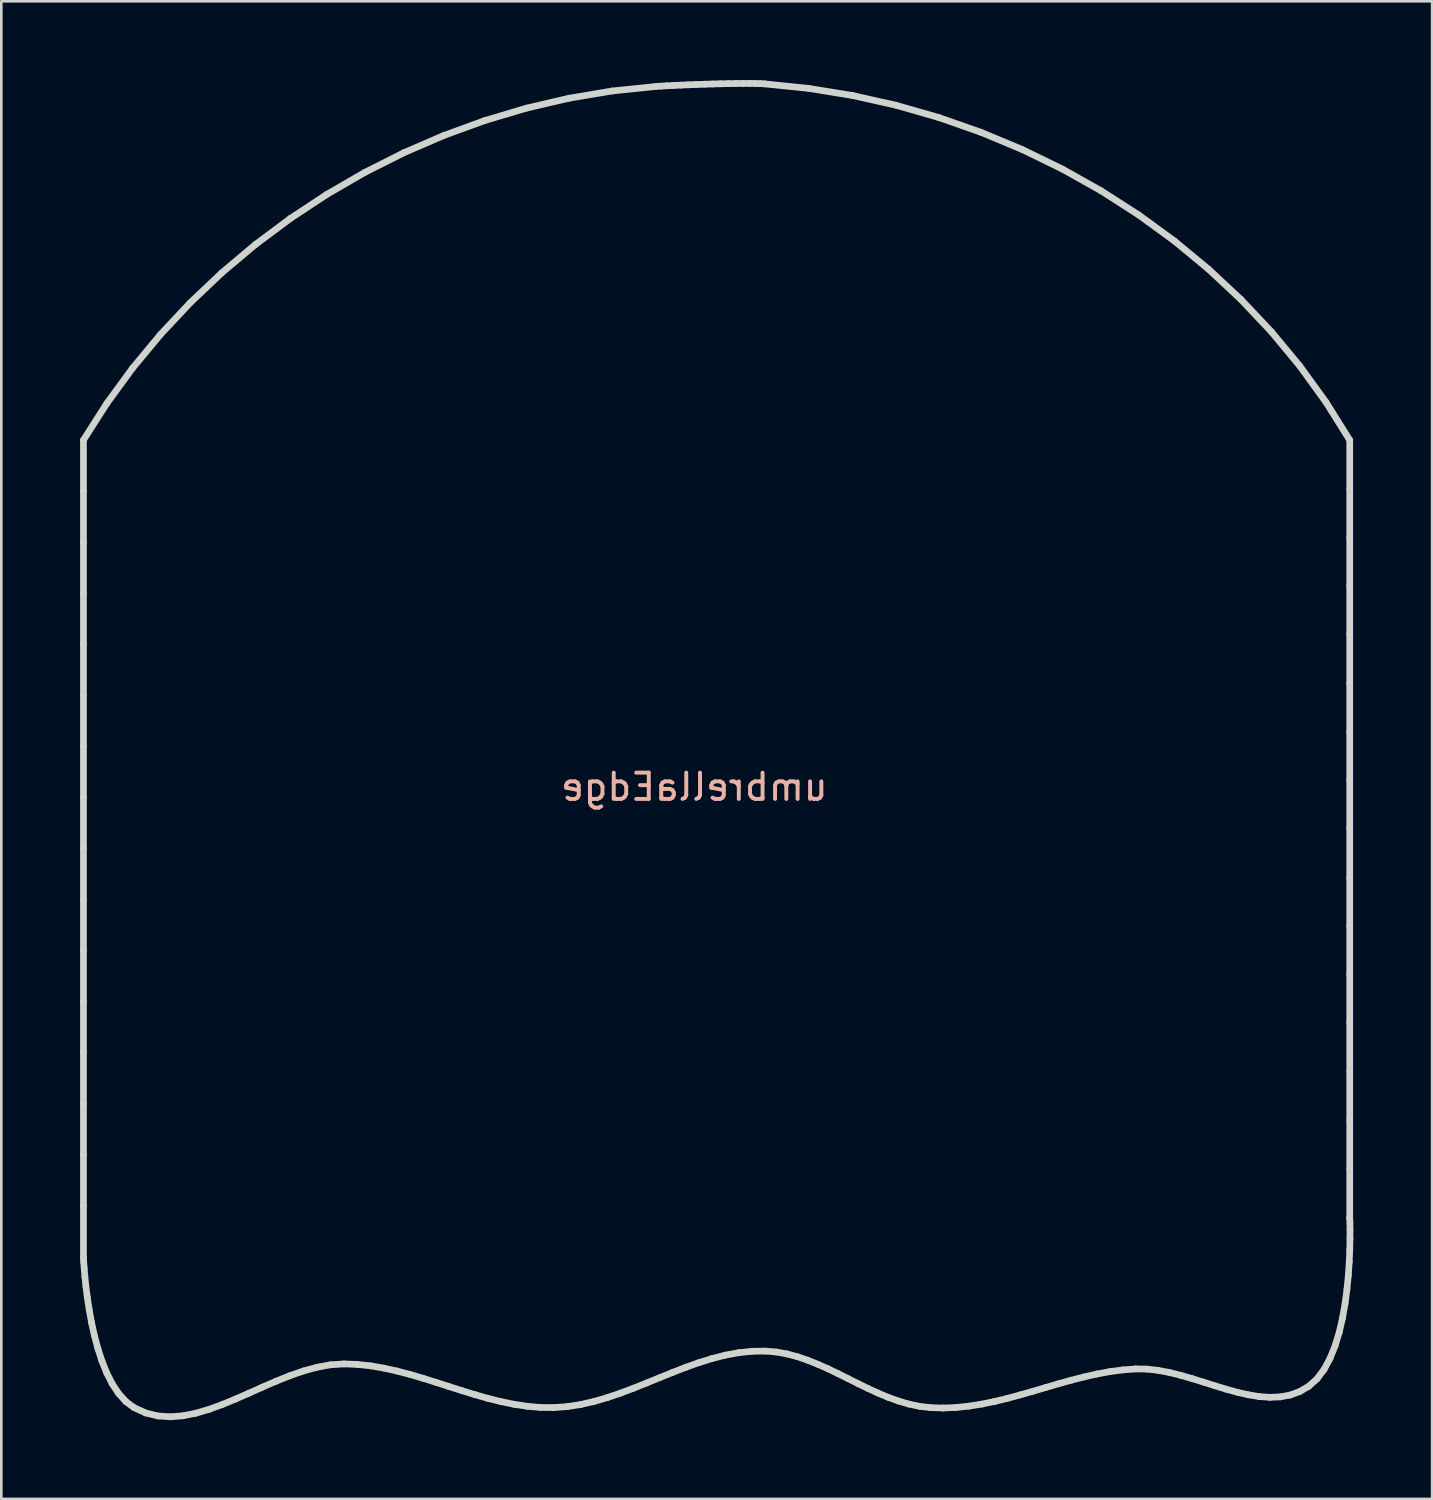
<source format=kicad_pcb>
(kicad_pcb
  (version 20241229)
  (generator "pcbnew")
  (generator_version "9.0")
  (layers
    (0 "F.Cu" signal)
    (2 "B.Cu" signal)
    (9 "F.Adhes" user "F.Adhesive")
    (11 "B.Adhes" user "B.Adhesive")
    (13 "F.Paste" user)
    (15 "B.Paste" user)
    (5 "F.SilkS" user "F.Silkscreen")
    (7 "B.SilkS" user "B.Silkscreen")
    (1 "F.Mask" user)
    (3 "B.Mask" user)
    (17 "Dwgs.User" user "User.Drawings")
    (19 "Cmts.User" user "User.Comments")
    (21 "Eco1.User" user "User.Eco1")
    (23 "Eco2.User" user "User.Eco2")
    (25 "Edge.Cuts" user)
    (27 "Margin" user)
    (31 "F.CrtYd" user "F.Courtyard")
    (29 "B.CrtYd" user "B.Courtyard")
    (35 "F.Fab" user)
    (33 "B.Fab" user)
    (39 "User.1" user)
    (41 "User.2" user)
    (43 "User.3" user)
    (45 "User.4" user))
  (footprint "umbrellaEdge"
    (layer "F.Cu")
    (at 23.896 26.412)
    (property "Reference" "umbrellaEdge" (at -0.508 0.5 180) (layer "B.SilkS") (effects (font (size 1 1) (thickness 0.15)) (justify mirror)))
    (attr through_hole)
    (fp_line (start -23.769 18.388) (end -23.766 18.442) (stroke (width 0.254) (type solid)) (layer "Edge.Cuts"))
    (fp_line (start -23.769 -12.707) (end -23.769 -10.764) (stroke (width 0.254) (type solid)) (layer "Edge.Cuts"))
    (fp_line (start -23.769 -10.764) (end -23.769 -8.82) (stroke (width 0.254) (type solid)) (layer "Edge.Cuts"))
    (fp_line (start -23.769 -8.82) (end -23.769 -6.877) (stroke (width 0.254) (type solid)) (layer "Edge.Cuts"))
    (fp_line (start -23.769 -6.877) (end -23.769 -4.933) (stroke (width 0.254) (type solid)) (layer "Edge.Cuts"))
    (fp_line (start -23.769 -4.933) (end -23.769 -2.99) (stroke (width 0.254) (type solid)) (layer "Edge.Cuts"))
    (fp_line (start -23.769 -2.99) (end -23.769 -1.046) (stroke (width 0.254) (type solid)) (layer "Edge.Cuts"))
    (fp_line (start -23.769 -1.046) (end -23.769 0.897) (stroke (width 0.254) (type solid)) (layer "Edge.Cuts"))
    (fp_line (start -23.769 0.897) (end -23.769 2.841) (stroke (width 0.254) (type solid)) (layer "Edge.Cuts"))
    (fp_line (start -23.769 2.841) (end -23.769 4.784) (stroke (width 0.254) (type solid)) (layer "Edge.Cuts"))
    (fp_line (start -23.769 4.784) (end -23.769 6.728) (stroke (width 0.254) (type solid)) (layer "Edge.Cuts"))
    (fp_line (start -23.769 6.728) (end -23.769 8.671) (stroke (width 0.254) (type solid)) (layer "Edge.Cuts"))
    (fp_line (start -23.769 8.671) (end -23.769 10.614) (stroke (width 0.254) (type solid)) (layer "Edge.Cuts"))
    (fp_line (start -23.769 10.614) (end -23.769 12.558) (stroke (width 0.254) (type solid)) (layer "Edge.Cuts"))
    (fp_line (start -23.769 12.558) (end -23.769 14.501) (stroke (width 0.254) (type solid)) (layer "Edge.Cuts"))
    (fp_line (start -23.769 14.501) (end -23.769 16.445) (stroke (width 0.254) (type solid)) (layer "Edge.Cuts"))
    (fp_line (start -23.769 16.445) (end -23.769 18.388) (stroke (width 0.254) (type solid)) (layer "Edge.Cuts"))
    (fp_line (start -23.766 18.442) (end -23.758 18.594) (stroke (width 0.254) (type solid)) (layer "Edge.Cuts"))
    (fp_line (start -23.758 18.594) (end -23.741 18.832) (stroke (width 0.254) (type solid)) (layer "Edge.Cuts"))
    (fp_line (start -23.741 18.832) (end -23.714 19.144) (stroke (width 0.254) (type solid)) (layer "Edge.Cuts"))
    (fp_line (start -23.714 19.144) (end -23.675 19.518) (stroke (width 0.254) (type solid)) (layer "Edge.Cuts"))
    (fp_line (start -23.675 19.518) (end -23.621 19.94) (stroke (width 0.254) (type solid)) (layer "Edge.Cuts"))
    (fp_line (start -23.621 19.94) (end -23.551 20.399) (stroke (width 0.254) (type solid)) (layer "Edge.Cuts"))
    (fp_line (start -23.551 20.399) (end -23.463 20.882) (stroke (width 0.254) (type solid)) (layer "Edge.Cuts"))
    (fp_line (start -23.463 20.882) (end -23.354 21.377) (stroke (width 0.254) (type solid)) (layer "Edge.Cuts"))
    (fp_line (start -23.354 21.377) (end -23.222 21.872) (stroke (width 0.254) (type solid)) (layer "Edge.Cuts"))
    (fp_line (start -23.222 21.872) (end -23.066 22.353) (stroke (width 0.254) (type solid)) (layer "Edge.Cuts"))
    (fp_line (start -23.066 22.353) (end -22.883 22.809) (stroke (width 0.254) (type solid)) (layer "Edge.Cuts"))
    (fp_line (start -22.883 22.809) (end -22.672 23.227) (stroke (width 0.254) (type solid)) (layer "Edge.Cuts"))
    (fp_line (start -22.876 -14.107) (end -23.769 -12.707) (stroke (width 0.254) (type solid)) (layer "Edge.Cuts"))
    (fp_line (start -22.672 23.227) (end -22.429 23.595) (stroke (width 0.254) (type solid)) (layer "Edge.Cuts"))
    (fp_line (start -22.429 23.595) (end -22.154 23.9) (stroke (width 0.254) (type solid)) (layer "Edge.Cuts"))
    (fp_line (start -22.154 23.9) (end -21.844 24.13) (stroke (width 0.254) (type solid)) (layer "Edge.Cuts"))
    (fp_line (start -21.897 -15.447) (end -22.876 -14.107) (stroke (width 0.254) (type solid)) (layer "Edge.Cuts"))
    (fp_line (start -21.844 24.13) (end -21.395 24.335) (stroke (width 0.254) (type solid)) (layer "Edge.Cuts"))
    (fp_line (start -21.395 24.335) (end -20.934 24.448) (stroke (width 0.254) (type solid)) (layer "Edge.Cuts"))
    (fp_line (start -20.934 24.448) (end -20.463 24.48) (stroke (width 0.254) (type solid)) (layer "Edge.Cuts"))
    (fp_line (start -20.838 -16.724) (end -21.897 -15.447) (stroke (width 0.254) (type solid)) (layer "Edge.Cuts"))
    (fp_line (start -20.463 24.48) (end -19.981 24.442) (stroke (width 0.254) (type solid)) (layer "Edge.Cuts"))
    (fp_line (start -19.981 24.442) (end -19.492 24.345) (stroke (width 0.254) (type solid)) (layer "Edge.Cuts"))
    (fp_line (start -19.703 -17.936) (end -20.838 -16.724) (stroke (width 0.254) (type solid)) (layer "Edge.Cuts"))
    (fp_line (start -19.492 24.345) (end -18.994 24.199) (stroke (width 0.254) (type solid)) (layer "Edge.Cuts"))
    (fp_line (start -18.994 24.199) (end -18.491 24.016) (stroke (width 0.254) (type solid)) (layer "Edge.Cuts"))
    (fp_line (start -18.498 -19.078) (end -19.703 -17.936) (stroke (width 0.254) (type solid)) (layer "Edge.Cuts"))
    (fp_line (start -18.491 24.016) (end -17.981 23.806) (stroke (width 0.254) (type solid)) (layer "Edge.Cuts"))
    (fp_line (start -17.981 23.806) (end -17.468 23.581) (stroke (width 0.254) (type solid)) (layer "Edge.Cuts"))
    (fp_line (start -17.468 23.581) (end -16.952 23.35) (stroke (width 0.254) (type solid)) (layer "Edge.Cuts"))
    (fp_line (start -17.226 -20.148) (end -18.498 -19.078) (stroke (width 0.254) (type solid)) (layer "Edge.Cuts"))
    (fp_line (start -16.952 23.35) (end -16.433 23.125) (stroke (width 0.254) (type solid)) (layer "Edge.Cuts"))
    (fp_line (start -16.433 23.125) (end -15.914 22.917) (stroke (width 0.254) (type solid)) (layer "Edge.Cuts"))
    (fp_line (start -15.914 22.917) (end -15.394 22.736) (stroke (width 0.254) (type solid)) (layer "Edge.Cuts"))
    (fp_line (start -15.894 -21.142) (end -17.226 -20.148) (stroke (width 0.254) (type solid)) (layer "Edge.Cuts"))
    (fp_line (start -15.394 22.736) (end -14.876 22.594) (stroke (width 0.254) (type solid)) (layer "Edge.Cuts"))
    (fp_line (start -14.876 22.594) (end -14.36 22.5) (stroke (width 0.254) (type solid)) (layer "Edge.Cuts"))
    (fp_line (start -14.506 -22.058) (end -15.894 -21.142) (stroke (width 0.254) (type solid)) (layer "Edge.Cuts"))
    (fp_line (start -14.36 22.5) (end -13.848 22.467) (stroke (width 0.254) (type solid)) (layer "Edge.Cuts"))
    (fp_line (start -13.848 22.467) (end -13.34 22.486) (stroke (width 0.254) (type solid)) (layer "Edge.Cuts"))
    (fp_line (start -13.34 22.486) (end -12.835 22.541) (stroke (width 0.254) (type solid)) (layer "Edge.Cuts"))
    (fp_line (start -13.067 -22.892) (end -14.506 -22.058) (stroke (width 0.254) (type solid)) (layer "Edge.Cuts"))
    (fp_line (start -12.835 22.541) (end -12.334 22.627) (stroke (width 0.254) (type solid)) (layer "Edge.Cuts"))
    (fp_line (start -12.334 22.627) (end -11.835 22.737) (stroke (width 0.254) (type solid)) (layer "Edge.Cuts"))
    (fp_line (start -11.835 22.737) (end -11.338 22.868) (stroke (width 0.254) (type solid)) (layer "Edge.Cuts"))
    (fp_line (start -11.582 -23.641) (end -13.067 -22.892) (stroke (width 0.254) (type solid)) (layer "Edge.Cuts"))
    (fp_line (start -11.338 22.868) (end -10.842 23.013) (stroke (width 0.254) (type solid)) (layer "Edge.Cuts"))
    (fp_line (start -10.842 23.013) (end -10.348 23.168) (stroke (width 0.254) (type solid)) (layer "Edge.Cuts"))
    (fp_line (start -10.348 23.168) (end -9.854 23.327) (stroke (width 0.254) (type solid)) (layer "Edge.Cuts"))
    (fp_line (start -10.056 -24.301) (end -11.582 -23.641) (stroke (width 0.254) (type solid)) (layer "Edge.Cuts"))
    (fp_line (start -9.854 23.327) (end -9.36 23.485) (stroke (width 0.254) (type solid)) (layer "Edge.Cuts"))
    (fp_line (start -9.36 23.485) (end -8.865 23.637) (stroke (width 0.254) (type solid)) (layer "Edge.Cuts"))
    (fp_line (start -8.865 23.637) (end -8.37 23.778) (stroke (width 0.254) (type solid)) (layer "Edge.Cuts"))
    (fp_line (start -8.494 -24.87) (end -10.056 -24.301) (stroke (width 0.254) (type solid)) (layer "Edge.Cuts"))
    (fp_line (start -8.37 23.778) (end -7.873 23.902) (stroke (width 0.254) (type solid)) (layer "Edge.Cuts"))
    (fp_line (start -7.873 23.902) (end -7.374 24.004) (stroke (width 0.254) (type solid)) (layer "Edge.Cuts"))
    (fp_line (start -7.374 24.004) (end -6.873 24.08) (stroke (width 0.254) (type solid)) (layer "Edge.Cuts"))
    (fp_line (start -6.9 -25.345) (end -8.494 -24.87) (stroke (width 0.254) (type solid)) (layer "Edge.Cuts"))
    (fp_line (start -6.873 24.08) (end -6.368 24.124) (stroke (width 0.254) (type solid)) (layer "Edge.Cuts"))
    (fp_line (start -6.368 24.124) (end -5.861 24.13) (stroke (width 0.254) (type solid)) (layer "Edge.Cuts"))
    (fp_line (start -5.861 24.13) (end -5.342 24.092) (stroke (width 0.254) (type solid)) (layer "Edge.Cuts"))
    (fp_line (start -5.342 24.092) (end -4.829 24.011) (stroke (width 0.254) (type solid)) (layer "Edge.Cuts"))
    (fp_line (start -5.281 -25.722) (end -6.9 -25.345) (stroke (width 0.254) (type solid)) (layer "Edge.Cuts"))
    (fp_line (start -4.829 24.011) (end -4.321 23.894) (stroke (width 0.254) (type solid)) (layer "Edge.Cuts"))
    (fp_line (start -4.321 23.894) (end -3.818 23.748) (stroke (width 0.254) (type solid)) (layer "Edge.Cuts"))
    (fp_line (start -3.818 23.748) (end -3.317 23.577) (stroke (width 0.254) (type solid)) (layer "Edge.Cuts"))
    (fp_line (start -3.64 -25.997) (end -5.281 -25.722) (stroke (width 0.254) (type solid)) (layer "Edge.Cuts"))
    (fp_line (start -3.317 23.577) (end -2.819 23.39) (stroke (width 0.254) (type solid)) (layer "Edge.Cuts"))
    (fp_line (start -2.819 23.39) (end -2.323 23.191) (stroke (width 0.254) (type solid)) (layer "Edge.Cuts"))
    (fp_line (start -2.323 23.191) (end -1.827 22.989) (stroke (width 0.254) (type solid)) (layer "Edge.Cuts"))
    (fp_line (start -1.982 -26.169) (end -3.64 -25.997) (stroke (width 0.254) (type solid)) (layer "Edge.Cuts"))
    (fp_line (start -1.827 22.989) (end -1.331 22.788) (stroke (width 0.254) (type solid)) (layer "Edge.Cuts"))
    (fp_line (start -1.784 -26.182) (end -1.982 -26.169) (stroke (width 0.254) (type solid)) (layer "Edge.Cuts"))
    (fp_line (start -1.556 -26.195) (end -1.784 -26.182) (stroke (width 0.254) (type solid)) (layer "Edge.Cuts"))
    (fp_line (start -1.331 22.788) (end -0.835 22.596) (stroke (width 0.254) (type solid)) (layer "Edge.Cuts"))
    (fp_line (start -1.303 -26.208) (end -1.556 -26.195) (stroke (width 0.254) (type solid)) (layer "Edge.Cuts"))
    (fp_line (start -1.029 -26.221) (end -1.303 -26.208) (stroke (width 0.254) (type solid)) (layer "Edge.Cuts"))
    (fp_line (start -0.835 22.596) (end -0.337 22.419) (stroke (width 0.254) (type solid)) (layer "Edge.Cuts"))
    (fp_line (start -0.74 -26.233) (end -1.029 -26.221) (stroke (width 0.254) (type solid)) (layer "Edge.Cuts"))
    (fp_line (start -0.439 -26.244) (end -0.74 -26.233) (stroke (width 0.254) (type solid)) (layer "Edge.Cuts"))
    (fp_line (start -0.337 22.419) (end 0.164 22.263) (stroke (width 0.254) (type solid)) (layer "Edge.Cuts"))
    (fp_line (start -0.131 -26.255) (end -0.439 -26.244) (stroke (width 0.254) (type solid)) (layer "Edge.Cuts"))
    (fp_line (start 0.164 22.263) (end 0.667 22.134) (stroke (width 0.254) (type solid)) (layer "Edge.Cuts"))
    (fp_line (start 0.178 -26.264) (end -0.131 -26.255) (stroke (width 0.254) (type solid)) (layer "Edge.Cuts"))
    (fp_line (start 0.485 -26.272) (end 0.178 -26.264) (stroke (width 0.254) (type solid)) (layer "Edge.Cuts"))
    (fp_line (start 0.667 22.134) (end 1.175 22.04) (stroke (width 0.254) (type solid)) (layer "Edge.Cuts"))
    (fp_line (start 0.784 -26.278) (end 0.485 -26.272) (stroke (width 0.254) (type solid)) (layer "Edge.Cuts"))
    (fp_line (start 1.071 -26.282) (end 0.784 -26.278) (stroke (width 0.254) (type solid)) (layer "Edge.Cuts"))
    (fp_line (start 1.175 22.04) (end 1.688 21.986) (stroke (width 0.254) (type solid)) (layer "Edge.Cuts"))
    (fp_line (start 1.341 -26.285) (end 1.071 -26.282) (stroke (width 0.254) (type solid)) (layer "Edge.Cuts"))
    (fp_line (start 1.589 -26.285) (end 1.341 -26.285) (stroke (width 0.254) (type solid)) (layer "Edge.Cuts"))
    (fp_line (start 1.688 21.986) (end 2.206 21.979) (stroke (width 0.254) (type solid)) (layer "Edge.Cuts"))
    (fp_line (start 1.811 -26.282) (end 1.589 -26.285) (stroke (width 0.254) (type solid)) (layer "Edge.Cuts"))
    (fp_line (start 2.002 -26.277) (end 1.811 -26.282) (stroke (width 0.254) (type solid)) (layer "Edge.Cuts"))
    (fp_line (start 2.157 -26.269) (end 2.002 -26.277) (stroke (width 0.254) (type solid)) (layer "Edge.Cuts"))
    (fp_line (start 2.206 21.979) (end 2.615 22.014) (stroke (width 0.254) (type solid)) (layer "Edge.Cuts"))
    (fp_line (start 2.615 22.014) (end 3.018 22.087) (stroke (width 0.254) (type solid)) (layer "Edge.Cuts"))
    (fp_line (start 3.018 22.087) (end 3.414 22.192) (stroke (width 0.254) (type solid)) (layer "Edge.Cuts"))
    (fp_line (start 3.414 22.192) (end 3.804 22.325) (stroke (width 0.254) (type solid)) (layer "Edge.Cuts"))
    (fp_line (start 3.804 22.325) (end 4.191 22.48) (stroke (width 0.254) (type solid)) (layer "Edge.Cuts"))
    (fp_line (start 3.845 -26.097) (end 2.157 -26.269) (stroke (width 0.254) (type solid)) (layer "Edge.Cuts"))
    (fp_line (start 4.191 22.48) (end 4.575 22.651) (stroke (width 0.254) (type solid)) (layer "Edge.Cuts"))
    (fp_line (start 4.575 22.651) (end 4.956 22.834) (stroke (width 0.254) (type solid)) (layer "Edge.Cuts"))
    (fp_line (start 4.956 22.834) (end 5.336 23.023) (stroke (width 0.254) (type solid)) (layer "Edge.Cuts"))
    (fp_line (start 5.336 23.023) (end 5.717 23.214) (stroke (width 0.254) (type solid)) (layer "Edge.Cuts"))
    (fp_line (start 5.52 -25.824) (end 3.845 -26.097) (stroke (width 0.254) (type solid)) (layer "Edge.Cuts"))
    (fp_line (start 5.717 23.214) (end 6.098 23.399) (stroke (width 0.254) (type solid)) (layer "Edge.Cuts"))
    (fp_line (start 6.098 23.399) (end 6.481 23.576) (stroke (width 0.254) (type solid)) (layer "Edge.Cuts"))
    (fp_line (start 6.481 23.576) (end 6.868 23.737) (stroke (width 0.254) (type solid)) (layer "Edge.Cuts"))
    (fp_line (start 6.868 23.737) (end 7.258 23.879) (stroke (width 0.254) (type solid)) (layer "Edge.Cuts"))
    (fp_line (start 7.175 -25.453) (end 5.52 -25.824) (stroke (width 0.254) (type solid)) (layer "Edge.Cuts"))
    (fp_line (start 7.258 23.879) (end 7.653 23.995) (stroke (width 0.254) (type solid)) (layer "Edge.Cuts"))
    (fp_line (start 7.653 23.995) (end 8.055 24.08) (stroke (width 0.254) (type solid)) (layer "Edge.Cuts"))
    (fp_line (start 8.055 24.08) (end 8.463 24.13) (stroke (width 0.254) (type solid)) (layer "Edge.Cuts"))
    (fp_line (start 8.463 24.13) (end 8.959 24.146) (stroke (width 0.254) (type solid)) (layer "Edge.Cuts"))
    (fp_line (start 8.806 -24.985) (end 7.175 -25.453) (stroke (width 0.254) (type solid)) (layer "Edge.Cuts"))
    (fp_line (start 8.959 24.146) (end 9.452 24.127) (stroke (width 0.254) (type solid)) (layer "Edge.Cuts"))
    (fp_line (start 9.452 24.127) (end 9.943 24.075) (stroke (width 0.254) (type solid)) (layer "Edge.Cuts"))
    (fp_line (start 9.943 24.075) (end 10.432 23.997) (stroke (width 0.254) (type solid)) (layer "Edge.Cuts"))
    (fp_line (start 10.406 -24.424) (end 8.806 -24.985) (stroke (width 0.254) (type solid)) (layer "Edge.Cuts"))
    (fp_line (start 10.432 23.997) (end 10.92 23.897) (stroke (width 0.254) (type solid)) (layer "Edge.Cuts"))
    (fp_line (start 10.92 23.897) (end 11.407 23.779) (stroke (width 0.254) (type solid)) (layer "Edge.Cuts"))
    (fp_line (start 11.407 23.779) (end 11.893 23.648) (stroke (width 0.254) (type solid)) (layer "Edge.Cuts"))
    (fp_line (start 11.893 23.648) (end 12.379 23.509) (stroke (width 0.254) (type solid)) (layer "Edge.Cuts"))
    (fp_line (start 11.971 -23.771) (end 10.406 -24.424) (stroke (width 0.254) (type solid)) (layer "Edge.Cuts"))
    (fp_line (start 12.379 23.509) (end 12.865 23.366) (stroke (width 0.254) (type solid)) (layer "Edge.Cuts"))
    (fp_line (start 12.865 23.366) (end 13.351 23.224) (stroke (width 0.254) (type solid)) (layer "Edge.Cuts"))
    (fp_line (start 13.351 23.224) (end 13.838 23.088) (stroke (width 0.254) (type solid)) (layer "Edge.Cuts"))
    (fp_line (start 13.495 -23.029) (end 11.971 -23.771) (stroke (width 0.254) (type solid)) (layer "Edge.Cuts"))
    (fp_line (start 13.838 23.088) (end 14.326 22.963) (stroke (width 0.254) (type solid)) (layer "Edge.Cuts"))
    (fp_line (start 14.326 22.963) (end 14.816 22.852) (stroke (width 0.254) (type solid)) (layer "Edge.Cuts"))
    (fp_line (start 14.816 22.852) (end 15.308 22.761) (stroke (width 0.254) (type solid)) (layer "Edge.Cuts"))
    (fp_line (start 14.972 -22.2) (end 13.495 -23.029) (stroke (width 0.254) (type solid)) (layer "Edge.Cuts"))
    (fp_line (start 15.308 22.761) (end 15.801 22.695) (stroke (width 0.254) (type solid)) (layer "Edge.Cuts"))
    (fp_line (start 15.801 22.695) (end 16.298 22.657) (stroke (width 0.254) (type solid)) (layer "Edge.Cuts"))
    (fp_line (start 16.298 22.657) (end 16.715 22.663) (stroke (width 0.254) (type solid)) (layer "Edge.Cuts"))
    (fp_line (start 16.397 -21.286) (end 14.972 -22.2) (stroke (width 0.254) (type solid)) (layer "Edge.Cuts"))
    (fp_line (start 16.715 22.663) (end 17.14 22.711) (stroke (width 0.254) (type solid)) (layer "Edge.Cuts"))
    (fp_line (start 17.14 22.711) (end 17.57 22.792) (stroke (width 0.254) (type solid)) (layer "Edge.Cuts"))
    (fp_line (start 17.57 22.792) (end 18.004 22.9) (stroke (width 0.254) (type solid)) (layer "Edge.Cuts"))
    (fp_line (start 17.764 -20.29) (end 16.397 -21.286) (stroke (width 0.254) (type solid)) (layer "Edge.Cuts"))
    (fp_line (start 18.004 22.9) (end 18.439 23.025) (stroke (width 0.254) (type solid)) (layer "Edge.Cuts"))
    (fp_line (start 18.439 23.025) (end 18.876 23.161) (stroke (width 0.254) (type solid)) (layer "Edge.Cuts"))
    (fp_line (start 18.876 23.161) (end 19.31 23.299) (stroke (width 0.254) (type solid)) (layer "Edge.Cuts"))
    (fp_line (start 19.067 -19.213) (end 17.764 -20.29) (stroke (width 0.254) (type solid)) (layer "Edge.Cuts"))
    (fp_line (start 19.31 23.299) (end 19.742 23.43) (stroke (width 0.254) (type solid)) (layer "Edge.Cuts"))
    (fp_line (start 19.742 23.43) (end 20.169 23.548) (stroke (width 0.254) (type solid)) (layer "Edge.Cuts"))
    (fp_line (start 20.169 23.548) (end 20.59 23.644) (stroke (width 0.254) (type solid)) (layer "Edge.Cuts"))
    (fp_line (start 20.302 -18.059) (end 19.067 -19.213) (stroke (width 0.254) (type solid)) (layer "Edge.Cuts"))
    (fp_line (start 20.59 23.644) (end 21.002 23.711) (stroke (width 0.254) (type solid)) (layer "Edge.Cuts"))
    (fp_line (start 21.002 23.711) (end 21.405 23.739) (stroke (width 0.254) (type solid)) (layer "Edge.Cuts"))
    (fp_line (start 21.405 23.739) (end 21.796 23.722) (stroke (width 0.254) (type solid)) (layer "Edge.Cuts"))
    (fp_line (start 21.462 -16.829) (end 20.302 -18.059) (stroke (width 0.254) (type solid)) (layer "Edge.Cuts"))
    (fp_line (start 21.796 23.722) (end 22.174 23.652) (stroke (width 0.254) (type solid)) (layer "Edge.Cuts"))
    (fp_line (start 22.174 23.652) (end 22.537 23.52) (stroke (width 0.254) (type solid)) (layer "Edge.Cuts"))
    (fp_line (start 22.537 23.52) (end 22.884 23.318) (stroke (width 0.254) (type solid)) (layer "Edge.Cuts"))
    (fp_line (start 22.543 -15.525) (end 21.462 -16.829) (stroke (width 0.254) (type solid)) (layer "Edge.Cuts"))
    (fp_line (start 22.884 23.318) (end 23.198 23.035) (stroke (width 0.254) (type solid)) (layer "Edge.Cuts"))
    (fp_line (start 23.198 23.035) (end 23.467 22.675) (stroke (width 0.254) (type solid)) (layer "Edge.Cuts"))
    (fp_line (start 23.467 22.675) (end 23.696 22.25) (stroke (width 0.254) (type solid)) (layer "Edge.Cuts"))
    (fp_line (start 23.538 -14.151) (end 22.543 -15.525) (stroke (width 0.254) (type solid)) (layer "Edge.Cuts"))
    (fp_line (start 23.696 22.25) (end 23.887 21.774) (stroke (width 0.254) (type solid)) (layer "Edge.Cuts"))
    (fp_line (start 23.887 21.774) (end 24.043 21.26) (stroke (width 0.254) (type solid)) (layer "Edge.Cuts"))
    (fp_line (start 24.043 21.26) (end 24.168 20.722) (stroke (width 0.254) (type solid)) (layer "Edge.Cuts"))
    (fp_line (start 24.168 20.722) (end 24.265 20.171) (stroke (width 0.254) (type solid)) (layer "Edge.Cuts"))
    (fp_line (start 24.265 20.171) (end 24.338 19.623) (stroke (width 0.254) (type solid)) (layer "Edge.Cuts"))
    (fp_line (start 24.338 19.623) (end 24.39 19.089) (stroke (width 0.254) (type solid)) (layer "Edge.Cuts"))
    (fp_line (start 24.39 19.089) (end 24.424 18.584) (stroke (width 0.254) (type solid)) (layer "Edge.Cuts"))
    (fp_line (start 24.424 18.584) (end 24.444 18.12) (stroke (width 0.254) (type solid)) (layer "Edge.Cuts"))
    (fp_line (start 24.443 -12.707) (end 23.538 -14.151) (stroke (width 0.254) (type solid)) (layer "Edge.Cuts"))
    (fp_line (start 24.443 -10.858) (end 24.443 -12.707) (stroke (width 0.254) (type solid)) (layer "Edge.Cuts"))
    (fp_line (start 24.443 -9.008) (end 24.443 -10.858) (stroke (width 0.254) (type solid)) (layer "Edge.Cuts"))
    (fp_line (start 24.443 -7.159) (end 24.443 -9.008) (stroke (width 0.254) (type solid)) (layer "Edge.Cuts"))
    (fp_line (start 24.443 -5.309) (end 24.443 -7.159) (stroke (width 0.254) (type solid)) (layer "Edge.Cuts"))
    (fp_line (start 24.443 -3.46) (end 24.443 -5.309) (stroke (width 0.254) (type solid)) (layer "Edge.Cuts"))
    (fp_line (start 24.443 -1.61) (end 24.443 -3.46) (stroke (width 0.254) (type solid)) (layer "Edge.Cuts"))
    (fp_line (start 24.443 0.239) (end 24.443 -1.61) (stroke (width 0.254) (type solid)) (layer "Edge.Cuts"))
    (fp_line (start 24.443 2.089) (end 24.443 0.239) (stroke (width 0.254) (type solid)) (layer "Edge.Cuts"))
    (fp_line (start 24.443 3.938) (end 24.443 2.089) (stroke (width 0.254) (type solid)) (layer "Edge.Cuts"))
    (fp_line (start 24.443 5.788) (end 24.443 3.938) (stroke (width 0.254) (type solid)) (layer "Edge.Cuts"))
    (fp_line (start 24.443 7.637) (end 24.443 5.788) (stroke (width 0.254) (type solid)) (layer "Edge.Cuts"))
    (fp_line (start 24.443 9.487) (end 24.443 7.637) (stroke (width 0.254) (type solid)) (layer "Edge.Cuts"))
    (fp_line (start 24.443 11.336) (end 24.443 9.487) (stroke (width 0.254) (type solid)) (layer "Edge.Cuts"))
    (fp_line (start 24.443 13.186) (end 24.443 11.336) (stroke (width 0.254) (type solid)) (layer "Edge.Cuts"))
    (fp_line (start 24.443 15.035) (end 24.443 13.186) (stroke (width 0.254) (type solid)) (layer "Edge.Cuts"))
    (fp_line (start 24.443 16.885) (end 24.443 15.035) (stroke (width 0.254) (type solid)) (layer "Edge.Cuts"))
    (fp_line (start 24.444 18.12) (end 24.452 17.71) (stroke (width 0.254) (type solid)) (layer "Edge.Cuts"))
    (fp_line (start 24.445 16.943) (end 24.443 16.885) (stroke (width 0.254) (type solid)) (layer "Edge.Cuts"))
    (fp_line (start 24.45 17.109) (end 24.445 16.943) (stroke (width 0.254) (type solid)) (layer "Edge.Cuts"))
    (fp_line (start 24.452 17.71) (end 24.453 17.369) (stroke (width 0.254) (type solid)) (layer "Edge.Cuts"))
    (fp_line (start 24.453 17.369) (end 24.45 17.109) (stroke (width 0.254) (type solid)) (layer "Edge.Cuts")))
  (gr_rect
    (start -3 -3)
    (end 51.476 54.018)
    (stroke (width 0.1) (type default))
    (fill no)
    (layer "Edge.Cuts")))
</source>
